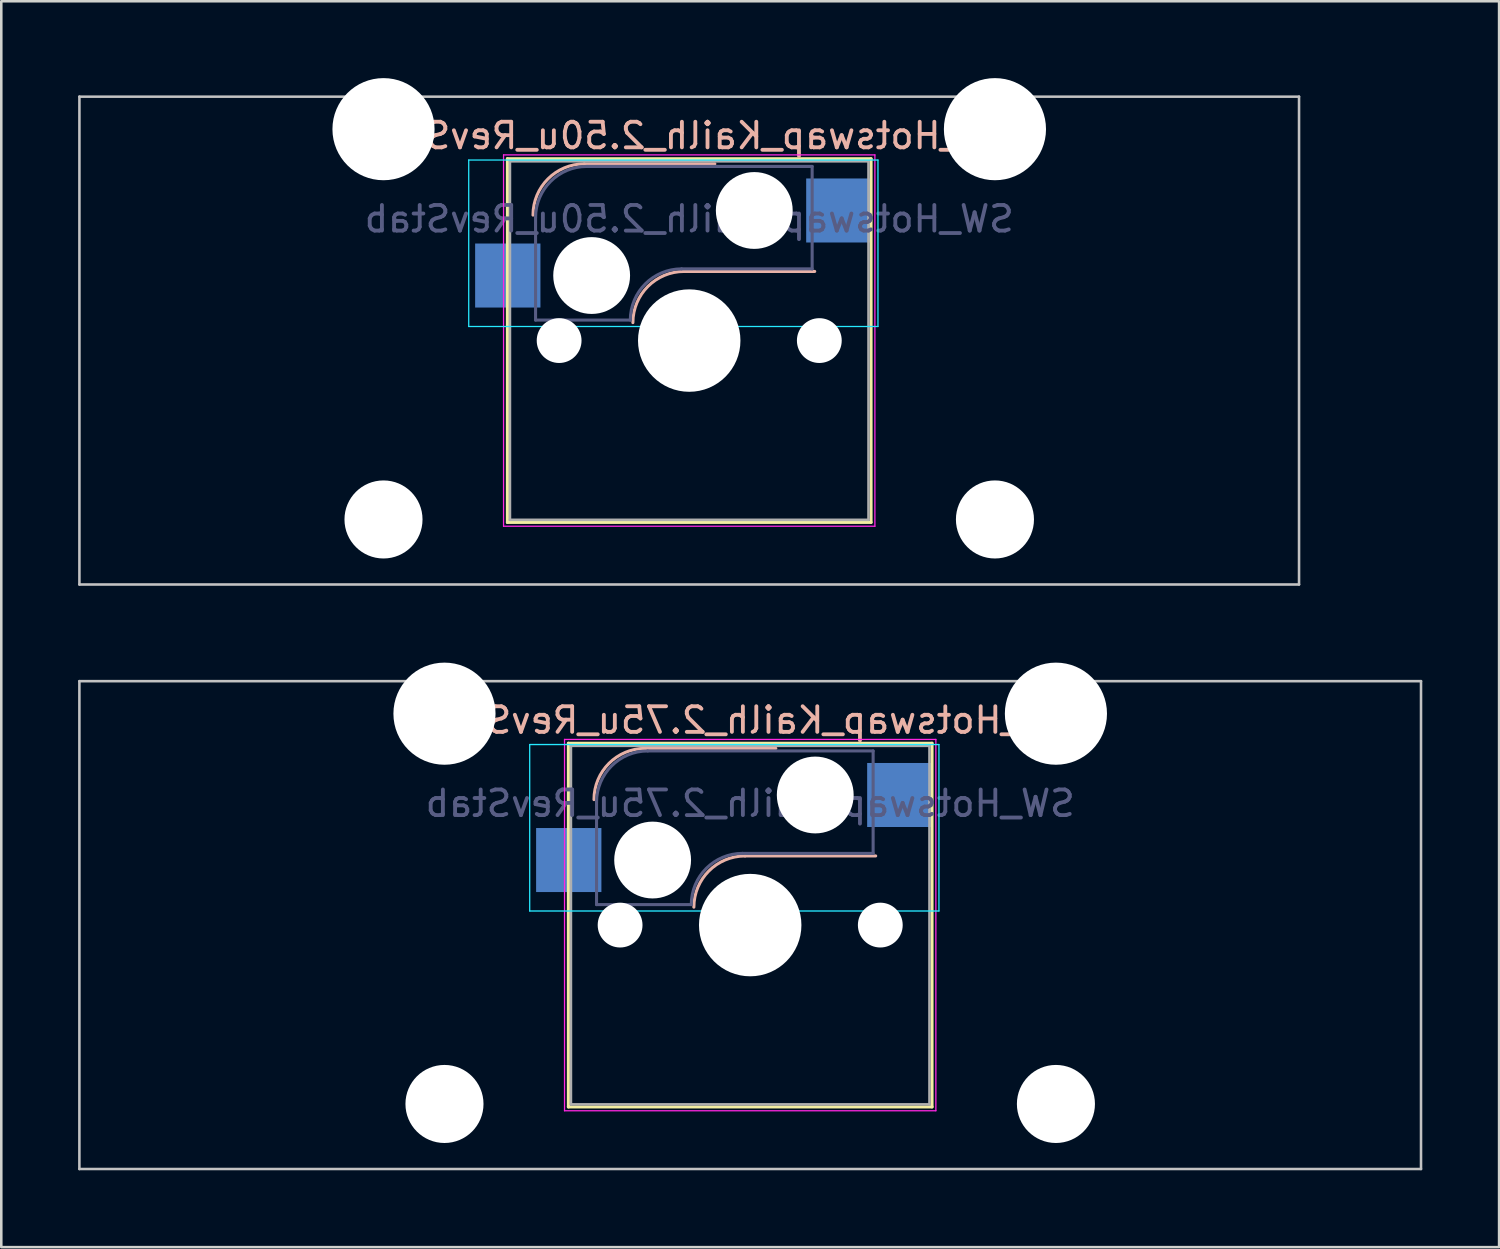
<source format=kicad_pcb>
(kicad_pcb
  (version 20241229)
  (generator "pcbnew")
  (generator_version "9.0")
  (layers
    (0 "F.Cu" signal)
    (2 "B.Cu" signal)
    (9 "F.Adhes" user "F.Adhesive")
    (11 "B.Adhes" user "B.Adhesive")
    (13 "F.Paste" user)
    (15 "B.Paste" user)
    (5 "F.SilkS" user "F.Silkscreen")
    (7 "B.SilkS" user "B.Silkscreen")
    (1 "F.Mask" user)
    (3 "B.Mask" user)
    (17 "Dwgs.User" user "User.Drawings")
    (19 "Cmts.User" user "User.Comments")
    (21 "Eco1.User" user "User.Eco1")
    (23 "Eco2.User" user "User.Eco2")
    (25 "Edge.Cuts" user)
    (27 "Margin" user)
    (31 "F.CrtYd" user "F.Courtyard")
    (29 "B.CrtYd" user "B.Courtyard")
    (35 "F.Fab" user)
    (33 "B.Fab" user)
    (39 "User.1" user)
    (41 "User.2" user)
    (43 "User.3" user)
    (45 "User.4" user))
  (footprint "SW_Hotswap_Kailh_2.50u_RevStab"
    (layer "F.Cu")
    (at 23.863 10.249)
    (property "Reference" "SW_Hotswap_Kailh_2.50u_RevStab" (at 0 -8 0) (layer "B.SilkS") (effects (font (size 1 1) (thickness 0.15)) (justify mirror)))
    (attr smd)
    (fp_line (start -7.1 -7.1) (end -7.1 7.1) (stroke (width 0.12) (type solid)) (layer "F.SilkS"))
    (fp_line (start -7.1 7.1) (end 7.1 7.1) (stroke (width 0.12) (type solid)) (layer "F.SilkS"))
    (fp_line (start 7.1 -7.1) (end -7.1 -7.1) (stroke (width 0.12) (type solid)) (layer "F.SilkS"))
    (fp_line (start 7.1 7.1) (end 7.1 -7.1) (stroke (width 0.12) (type solid)) (layer "F.SilkS"))
    (fp_line (start -4.1 -6.9) (end 1 -6.9) (stroke (width 0.12) (type solid)) (layer "B.SilkS"))
    (fp_line (start -0.2 -2.7) (end 4.9 -2.7) (stroke (width 0.12) (type solid)) (layer "B.SilkS"))
    (fp_arc (start -6.1 -4.9) (mid -5.514214 -6.314214) (end -4.1 -6.9) (stroke (width 0.12) (type solid)) (layer "B.SilkS"))
    (fp_arc (start -2.2 -0.7) (mid -1.614214 -2.114214) (end -0.2 -2.7) (stroke (width 0.12) (type solid)) (layer "B.SilkS"))
    (fp_line (start -23.812 -9.525) (end -23.812 9.525) (stroke (width 0.1) (type solid)) (layer "Dwgs.User"))
    (fp_line (start -23.812 9.525) (end 23.812 9.525) (stroke (width 0.1) (type solid)) (layer "Dwgs.User"))
    (fp_line (start 23.812 -9.525) (end -23.812 -9.525) (stroke (width 0.1) (type solid)) (layer "Dwgs.User"))
    (fp_line (start 23.812 9.525) (end 23.812 -9.525) (stroke (width 0.1) (type solid)) (layer "Dwgs.User"))
    (fp_line (start -8.61 -7.05) (end -8.61 -0.55) (stroke (width 0.05) (type solid)) (layer "B.CrtYd"))
    (fp_line (start -8.61 -0.55) (end 7.37 -0.55) (stroke (width 0.05) (type solid)) (layer "B.CrtYd"))
    (fp_line (start 7.37 -7.05) (end -8.61 -7.05) (stroke (width 0.05) (type solid)) (layer "B.CrtYd"))
    (fp_line (start 7.37 -0.55) (end 7.37 -7.05) (stroke (width 0.05) (type solid)) (layer "B.CrtYd"))
    (fp_line (start -7.25 -7.25) (end -7.25 7.25) (stroke (width 0.05) (type solid)) (layer "F.CrtYd"))
    (fp_line (start -7.25 7.25) (end 7.25 7.25) (stroke (width 0.05) (type solid)) (layer "F.CrtYd"))
    (fp_line (start 7.25 -7.25) (end -7.25 -7.25) (stroke (width 0.05) (type solid)) (layer "F.CrtYd"))
    (fp_line (start 7.25 7.25) (end 7.25 -7.25) (stroke (width 0.05) (type solid)) (layer "F.CrtYd"))
    (fp_line (start -6 -0.8) (end -6 -4.8) (stroke (width 0.12) (type solid)) (layer "B.Fab"))
    (fp_line (start -6 -0.8) (end -2.3 -0.8) (stroke (width 0.12) (type solid)) (layer "B.Fab"))
    (fp_line (start -4 -6.8) (end 4.8 -6.8) (stroke (width 0.12) (type solid)) (layer "B.Fab"))
    (fp_line (start -0.3 -2.8) (end 4.8 -2.8) (stroke (width 0.12) (type solid)) (layer "B.Fab"))
    (fp_line (start 4.8 -6.8) (end 4.8 -2.8) (stroke (width 0.12) (type solid)) (layer "B.Fab"))
    (fp_arc (start -6 -4.8) (mid -5.414214 -6.214214) (end -4 -6.8) (stroke (width 0.12) (type solid)) (layer "B.Fab"))
    (fp_arc (start -2.3 -0.8) (mid -1.714214 -2.214214) (end -0.3 -2.8) (stroke (width 0.12) (type solid)) (layer "B.Fab"))
    (fp_line (start -7 -7) (end -7 7) (stroke (width 0.1) (type solid)) (layer "F.Fab"))
    (fp_line (start -7 7) (end 7 7) (stroke (width 0.1) (type solid)) (layer "F.Fab"))
    (fp_line (start 7 -7) (end -7 -7) (stroke (width 0.1) (type solid)) (layer "F.Fab"))
    (fp_line (start 7 7) (end 7 -7) (stroke (width 0.1) (type solid)) (layer "F.Fab"))
    (fp_text user "${REFERENCE}" (at 0 -4.75 0) (layer "B.Fab") (effects (font (size 1 1) (thickness 0.15)) (justify mirror)))
    (pad "" np_thru_hole circle (at -11.938 -8.255) (size 3.988 3.988) (drill 3.988) (layers "*.Cu" "*.Mask"))
    (pad "" np_thru_hole circle (at -11.938 6.985) (size 3.048 3.048) (drill 3.048) (layers "*.Cu" "*.Mask"))
    (pad "" np_thru_hole circle (at -5.08 0) (size 1.75 1.75) (drill 1.75) (layers "*.Cu" "*.Mask"))
    (pad "" np_thru_hole circle (at -3.81 -2.54) (size 3 3) (drill 3) (layers "*.Cu" "*.Mask"))
    (pad "" np_thru_hole circle (at 0 0) (size 4 4) (drill 4) (layers "*.Cu" "*.Mask"))
    (pad "" np_thru_hole circle (at 2.54 -5.08) (size 3 3) (drill 3) (layers "*.Cu" "*.Mask"))
    (pad "" np_thru_hole circle (at 5.08 0) (size 1.75 1.75) (drill 1.75) (layers "*.Cu" "*.Mask"))
    (pad "" np_thru_hole circle (at 11.938 -8.255) (size 3.988 3.988) (drill 3.988) (layers "*.Cu" "*.Mask"))
    (pad "" np_thru_hole circle (at 11.938 6.985) (size 3.048 3.048) (drill 3.048) (layers "*.Cu" "*.Mask"))
    (pad "1" smd rect (at -7.085 -2.54) (size 2.55 2.5) (layers "B.Cu" "B.Mask" "B.Paste"))
    (pad "2" smd rect (at 5.842 -5.08) (size 2.55 2.5) (layers "B.Cu" "B.Mask" "B.Paste")))
  (footprint "SW_Hotswap_Kailh_2.75u_RevStab"
    (layer "F.Cu")
    (at 26.244 33.073)
    (property "Reference" "SW_Hotswap_Kailh_2.75u_RevStab" (at 0 -8 0) (layer "B.SilkS") (effects (font (size 1 1) (thickness 0.15)) (justify mirror)))
    (attr smd)
    (fp_line (start -7.1 -7.1) (end -7.1 7.1) (stroke (width 0.12) (type solid)) (layer "F.SilkS"))
    (fp_line (start -7.1 7.1) (end 7.1 7.1) (stroke (width 0.12) (type solid)) (layer "F.SilkS"))
    (fp_line (start 7.1 -7.1) (end -7.1 -7.1) (stroke (width 0.12) (type solid)) (layer "F.SilkS"))
    (fp_line (start 7.1 7.1) (end 7.1 -7.1) (stroke (width 0.12) (type solid)) (layer "F.SilkS"))
    (fp_line (start -4.1 -6.9) (end 1 -6.9) (stroke (width 0.12) (type solid)) (layer "B.SilkS"))
    (fp_line (start -0.2 -2.7) (end 4.9 -2.7) (stroke (width 0.12) (type solid)) (layer "B.SilkS"))
    (fp_arc (start -6.1 -4.9) (mid -5.514214 -6.314214) (end -4.1 -6.9) (stroke (width 0.12) (type solid)) (layer "B.SilkS"))
    (fp_arc (start -2.2 -0.7) (mid -1.614214 -2.114214) (end -0.2 -2.7) (stroke (width 0.12) (type solid)) (layer "B.SilkS"))
    (fp_line (start -26.194 -9.525) (end -26.194 9.525) (stroke (width 0.1) (type solid)) (layer "Dwgs.User"))
    (fp_line (start -26.194 9.525) (end 26.194 9.525) (stroke (width 0.1) (type solid)) (layer "Dwgs.User"))
    (fp_line (start 26.194 -9.525) (end -26.194 -9.525) (stroke (width 0.1) (type solid)) (layer "Dwgs.User"))
    (fp_line (start 26.194 9.525) (end 26.194 -9.525) (stroke (width 0.1) (type solid)) (layer "Dwgs.User"))
    (fp_line (start -8.61 -7.05) (end -8.61 -0.55) (stroke (width 0.05) (type solid)) (layer "B.CrtYd"))
    (fp_line (start -8.61 -0.55) (end 7.37 -0.55) (stroke (width 0.05) (type solid)) (layer "B.CrtYd"))
    (fp_line (start 7.37 -7.05) (end -8.61 -7.05) (stroke (width 0.05) (type solid)) (layer "B.CrtYd"))
    (fp_line (start 7.37 -0.55) (end 7.37 -7.05) (stroke (width 0.05) (type solid)) (layer "B.CrtYd"))
    (fp_line (start -7.25 -7.25) (end -7.25 7.25) (stroke (width 0.05) (type solid)) (layer "F.CrtYd"))
    (fp_line (start -7.25 7.25) (end 7.25 7.25) (stroke (width 0.05) (type solid)) (layer "F.CrtYd"))
    (fp_line (start 7.25 -7.25) (end -7.25 -7.25) (stroke (width 0.05) (type solid)) (layer "F.CrtYd"))
    (fp_line (start 7.25 7.25) (end 7.25 -7.25) (stroke (width 0.05) (type solid)) (layer "F.CrtYd"))
    (fp_line (start -6 -0.8) (end -6 -4.8) (stroke (width 0.12) (type solid)) (layer "B.Fab"))
    (fp_line (start -6 -0.8) (end -2.3 -0.8) (stroke (width 0.12) (type solid)) (layer "B.Fab"))
    (fp_line (start -4 -6.8) (end 4.8 -6.8) (stroke (width 0.12) (type solid)) (layer "B.Fab"))
    (fp_line (start -0.3 -2.8) (end 4.8 -2.8) (stroke (width 0.12) (type solid)) (layer "B.Fab"))
    (fp_line (start 4.8 -6.8) (end 4.8 -2.8) (stroke (width 0.12) (type solid)) (layer "B.Fab"))
    (fp_arc (start -6 -4.8) (mid -5.414214 -6.214214) (end -4 -6.8) (stroke (width 0.12) (type solid)) (layer "B.Fab"))
    (fp_arc (start -2.3 -0.8) (mid -1.714214 -2.214214) (end -0.3 -2.8) (stroke (width 0.12) (type solid)) (layer "B.Fab"))
    (fp_line (start -7 -7) (end -7 7) (stroke (width 0.1) (type solid)) (layer "F.Fab"))
    (fp_line (start -7 7) (end 7 7) (stroke (width 0.1) (type solid)) (layer "F.Fab"))
    (fp_line (start 7 -7) (end -7 -7) (stroke (width 0.1) (type solid)) (layer "F.Fab"))
    (fp_line (start 7 7) (end 7 -7) (stroke (width 0.1) (type solid)) (layer "F.Fab"))
    (fp_text user "${REFERENCE}" (at 0 -4.75 0) (layer "B.Fab") (effects (font (size 1 1) (thickness 0.15)) (justify mirror)))
    (pad "" np_thru_hole circle (at -11.938 -8.255) (size 3.988 3.988) (drill 3.988) (layers "*.Cu" "*.Mask"))
    (pad "" np_thru_hole circle (at -11.938 6.985) (size 3.048 3.048) (drill 3.048) (layers "*.Cu" "*.Mask"))
    (pad "" np_thru_hole circle (at -5.08 0) (size 1.75 1.75) (drill 1.75) (layers "*.Cu" "*.Mask"))
    (pad "" np_thru_hole circle (at -3.81 -2.54) (size 3 3) (drill 3) (layers "*.Cu" "*.Mask"))
    (pad "" np_thru_hole circle (at 0 0) (size 4 4) (drill 4) (layers "*.Cu" "*.Mask"))
    (pad "" np_thru_hole circle (at 2.54 -5.08) (size 3 3) (drill 3) (layers "*.Cu" "*.Mask"))
    (pad "" np_thru_hole circle (at 5.08 0) (size 1.75 1.75) (drill 1.75) (layers "*.Cu" "*.Mask"))
    (pad "" np_thru_hole circle (at 11.938 -8.255) (size 3.988 3.988) (drill 3.988) (layers "*.Cu" "*.Mask"))
    (pad "" np_thru_hole circle (at 11.938 6.985) (size 3.048 3.048) (drill 3.048) (layers "*.Cu" "*.Mask"))
    (pad "1" smd rect (at -7.085 -2.54) (size 2.55 2.5) (layers "B.Cu" "B.Mask" "B.Paste"))
    (pad "2" smd rect (at 5.842 -5.08) (size 2.55 2.5) (layers "B.Cu" "B.Mask" "B.Paste")))
  (gr_rect
    (start -3 -3)
    (end 55.487 45.648)
    (stroke (width 0.1) (type default))
    (fill no)
    (layer "Edge.Cuts")))
</source>
